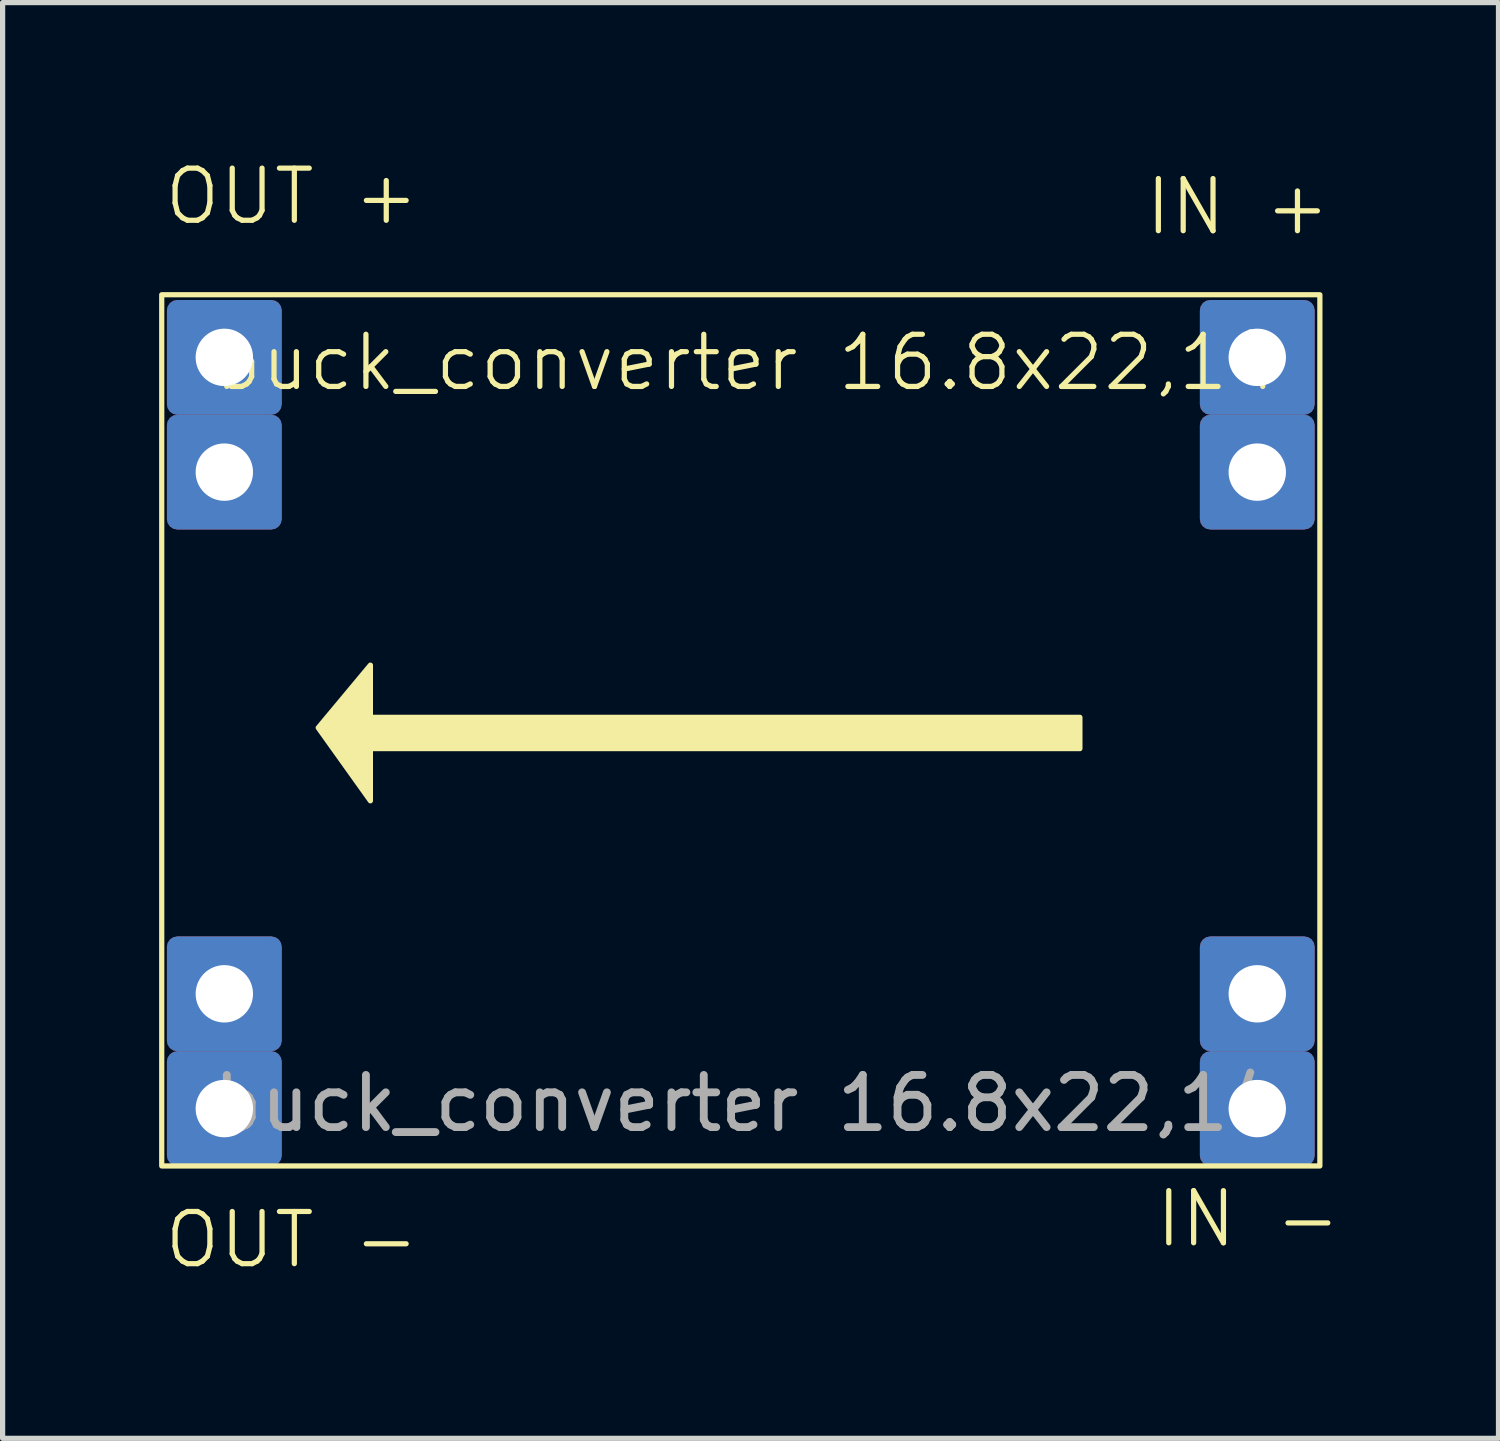
<source format=kicad_pcb>
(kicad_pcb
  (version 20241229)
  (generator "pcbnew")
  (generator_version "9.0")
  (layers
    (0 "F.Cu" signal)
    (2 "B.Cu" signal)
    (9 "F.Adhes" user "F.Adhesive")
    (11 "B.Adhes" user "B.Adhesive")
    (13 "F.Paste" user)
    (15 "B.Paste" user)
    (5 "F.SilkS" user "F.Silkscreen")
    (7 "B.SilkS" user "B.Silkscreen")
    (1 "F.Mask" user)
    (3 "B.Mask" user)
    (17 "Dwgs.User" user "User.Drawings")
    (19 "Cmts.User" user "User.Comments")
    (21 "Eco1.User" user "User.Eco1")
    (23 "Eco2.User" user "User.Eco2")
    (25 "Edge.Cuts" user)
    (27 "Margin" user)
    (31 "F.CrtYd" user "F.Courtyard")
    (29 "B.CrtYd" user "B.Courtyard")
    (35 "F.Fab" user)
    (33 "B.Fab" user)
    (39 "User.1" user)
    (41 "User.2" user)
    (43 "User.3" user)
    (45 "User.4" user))
  (footprint "buck_converter 16.8x22,14"
    (layer "F.Cu")
    (at 11.25 10.9)
    (property "Reference" "buck_converter 16.8x22,14" (at 0 -7 0) (unlocked yes) (layer "F.SilkS") (effects (font (size 1 1) (thickness 0.1))))
    (attr smd)
    (fp_rect (start -11.2 -8.3) (end 11 8.4) (stroke (width 0.1) (type default)) (fill no) (layer "F.SilkS"))
    (fp_poly (pts (xy -7.2 -1.2) (xy -8.2 0) (xy -7.2 1.4) (xy -7.2 0.4) (xy 6.4 0.4) (xy 6.4 -0.2) (xy -7.2 -0.2)) (stroke (width 0.1) (type solid)) (fill yes) (layer "F.SilkS"))
    (fp_text user "IN -" (at 7.8 10 0) (unlocked yes) (layer "F.SilkS") (effects (font (size 1 1) (thickness 0.1)) (justify left bottom)))
    (fp_text user "OUT -" (at -11.2 10.4 0) (unlocked yes) (layer "F.SilkS") (effects (font (size 1 1) (thickness 0.1)) (justify left bottom)))
    (fp_text user "IN +" (at 7.6 -9.4 0) (unlocked yes) (layer "F.SilkS") (effects (font (size 1 1) (thickness 0.1)) (justify left bottom)))
    (fp_text user "OUT +" (at -11.2 -9.6 0) (unlocked yes) (layer "F.SilkS") (effects (font (size 1 1) (thickness 0.1)) (justify left bottom)))
    (fp_text user "${REFERENCE}" (at 0 7.2 0) (unlocked yes) (layer "F.Fab") (effects (font (size 1 1) (thickness 0.15))))
    (pad "1" thru_hole roundrect (at 9.8 5.1) (size 2.2 2.2) (drill 1.1) (layers "*.Cu" "*.Mask") (roundrect_rratio 0.091))
    (pad "1" thru_hole roundrect (at 9.8 7.3) (size 2.2 2.2) (drill 1.1) (layers "*.Cu" "*.Mask") (roundrect_rratio 0.091))
    (pad "2" thru_hole roundrect (at 9.8 -7.1) (size 2.2 2.2) (drill 1.1) (layers "*.Cu" "*.Mask") (roundrect_rratio 0.091))
    (pad "2" thru_hole roundrect (at 9.8 -4.9) (size 2.2 2.2) (drill 1.1) (layers "*.Cu" "*.Mask") (roundrect_rratio 0.091))
    (pad "3" thru_hole roundrect (at -10 5.1) (size 2.2 2.2) (drill 1.1) (layers "*.Cu" "*.Mask") (roundrect_rratio 0.091))
    (pad "3" thru_hole roundrect (at -10 7.3) (size 2.2 2.2) (drill 1.1) (layers "*.Cu" "*.Mask") (roundrect_rratio 0.091))
    (pad "4" thru_hole roundrect (at -10 -7.1) (size 2.2 2.2) (drill 1.1) (layers "*.Cu" "*.Mask") (roundrect_rratio 0.091))
    (pad "4" thru_hole roundrect (at -10 -4.9) (size 2.2 2.2) (drill 1.1) (layers "*.Cu" "*.Mask") (roundrect_rratio 0.091)))
  (gr_rect
    (start -3 -3)
    (end 25.674 24.521)
    (stroke (width 0.1) (type default))
    (fill no)
    (layer "Edge.Cuts")))
</source>
